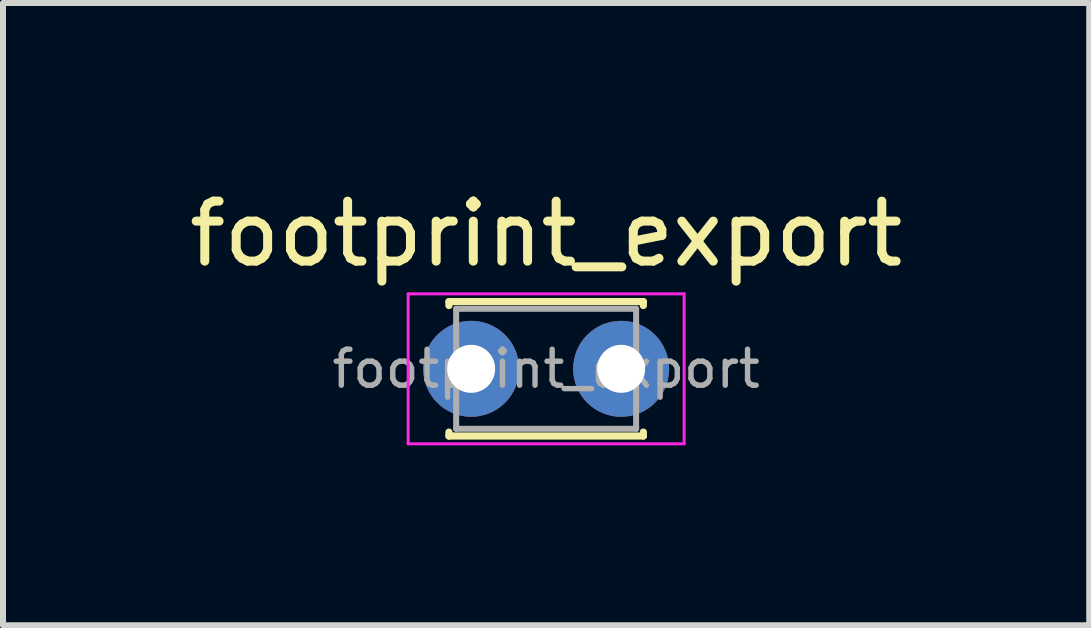
<source format=kicad_pcb>
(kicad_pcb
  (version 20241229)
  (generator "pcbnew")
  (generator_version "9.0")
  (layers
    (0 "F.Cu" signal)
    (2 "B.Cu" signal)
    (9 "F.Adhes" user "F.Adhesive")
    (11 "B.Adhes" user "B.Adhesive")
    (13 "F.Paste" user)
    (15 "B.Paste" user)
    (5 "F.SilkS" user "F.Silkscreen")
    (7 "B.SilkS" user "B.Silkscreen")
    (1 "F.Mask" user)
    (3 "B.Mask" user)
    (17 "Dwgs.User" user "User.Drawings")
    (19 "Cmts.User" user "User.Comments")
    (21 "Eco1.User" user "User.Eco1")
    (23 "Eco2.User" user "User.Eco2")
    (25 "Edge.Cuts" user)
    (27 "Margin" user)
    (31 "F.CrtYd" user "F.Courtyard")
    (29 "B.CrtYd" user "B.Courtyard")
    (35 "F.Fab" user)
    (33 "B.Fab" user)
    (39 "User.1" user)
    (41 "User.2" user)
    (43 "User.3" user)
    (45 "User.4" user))
  (footprint "footprint_export"
    (layer "F.Cu")
    (at 4.804 3.098)
    (property "Reference" "footprint_export" (at 1.25 -2.25 0) (layer "F.SilkS") (effects (font (size 1 1) (thickness 0.15))))
    (attr through_hole)
    (fp_line (start -0.37 -1.12) (end -0.37 -1.055) (stroke (width 0.12) (type solid)) (layer "F.SilkS"))
    (fp_line (start -0.37 -1.12) (end 2.87 -1.12) (stroke (width 0.12) (type solid)) (layer "F.SilkS"))
    (fp_line (start -0.37 1.055) (end -0.37 1.12) (stroke (width 0.12) (type solid)) (layer "F.SilkS"))
    (fp_line (start -0.37 1.12) (end 2.87 1.12) (stroke (width 0.12) (type solid)) (layer "F.SilkS"))
    (fp_line (start 2.87 -1.12) (end 2.87 -1.055) (stroke (width 0.12) (type solid)) (layer "F.SilkS"))
    (fp_line (start 2.87 1.055) (end 2.87 1.12) (stroke (width 0.12) (type solid)) (layer "F.SilkS"))
    (fp_line (start -1.05 -1.25) (end -1.05 1.25) (stroke (width 0.05) (type solid)) (layer "F.CrtYd"))
    (fp_line (start -1.05 1.25) (end 3.55 1.25) (stroke (width 0.05) (type solid)) (layer "F.CrtYd"))
    (fp_line (start 3.55 -1.25) (end -1.05 -1.25) (stroke (width 0.05) (type solid)) (layer "F.CrtYd"))
    (fp_line (start 3.55 1.25) (end 3.55 -1.25) (stroke (width 0.05) (type solid)) (layer "F.CrtYd"))
    (fp_line (start -0.25 -1) (end -0.25 1) (stroke (width 0.1) (type solid)) (layer "F.Fab"))
    (fp_line (start -0.25 1) (end 2.75 1) (stroke (width 0.1) (type solid)) (layer "F.Fab"))
    (fp_line (start 2.75 -1) (end -0.25 -1) (stroke (width 0.1) (type solid)) (layer "F.Fab"))
    (fp_line (start 2.75 1) (end 2.75 -1) (stroke (width 0.1) (type solid)) (layer "F.Fab"))
    (fp_text user "${REFERENCE}" (at 1.25 0 0) (layer "F.Fab") (effects (font (size 0.6 0.6) (thickness 0.09))))
    (pad "1" thru_hole circle (at 0 0) (size 1.6 1.6) (drill 0.8) (layers "*.Cu" "*.Mask"))
    (pad "2" thru_hole circle (at 2.5 0) (size 1.6 1.6) (drill 0.8) (layers "*.Cu" "*.Mask")))
  (gr_rect
    (start -3 -3)
    (end 15.107 7.373)
    (stroke (width 0.1) (type default))
    (fill no)
    (layer "Edge.Cuts")))
</source>
